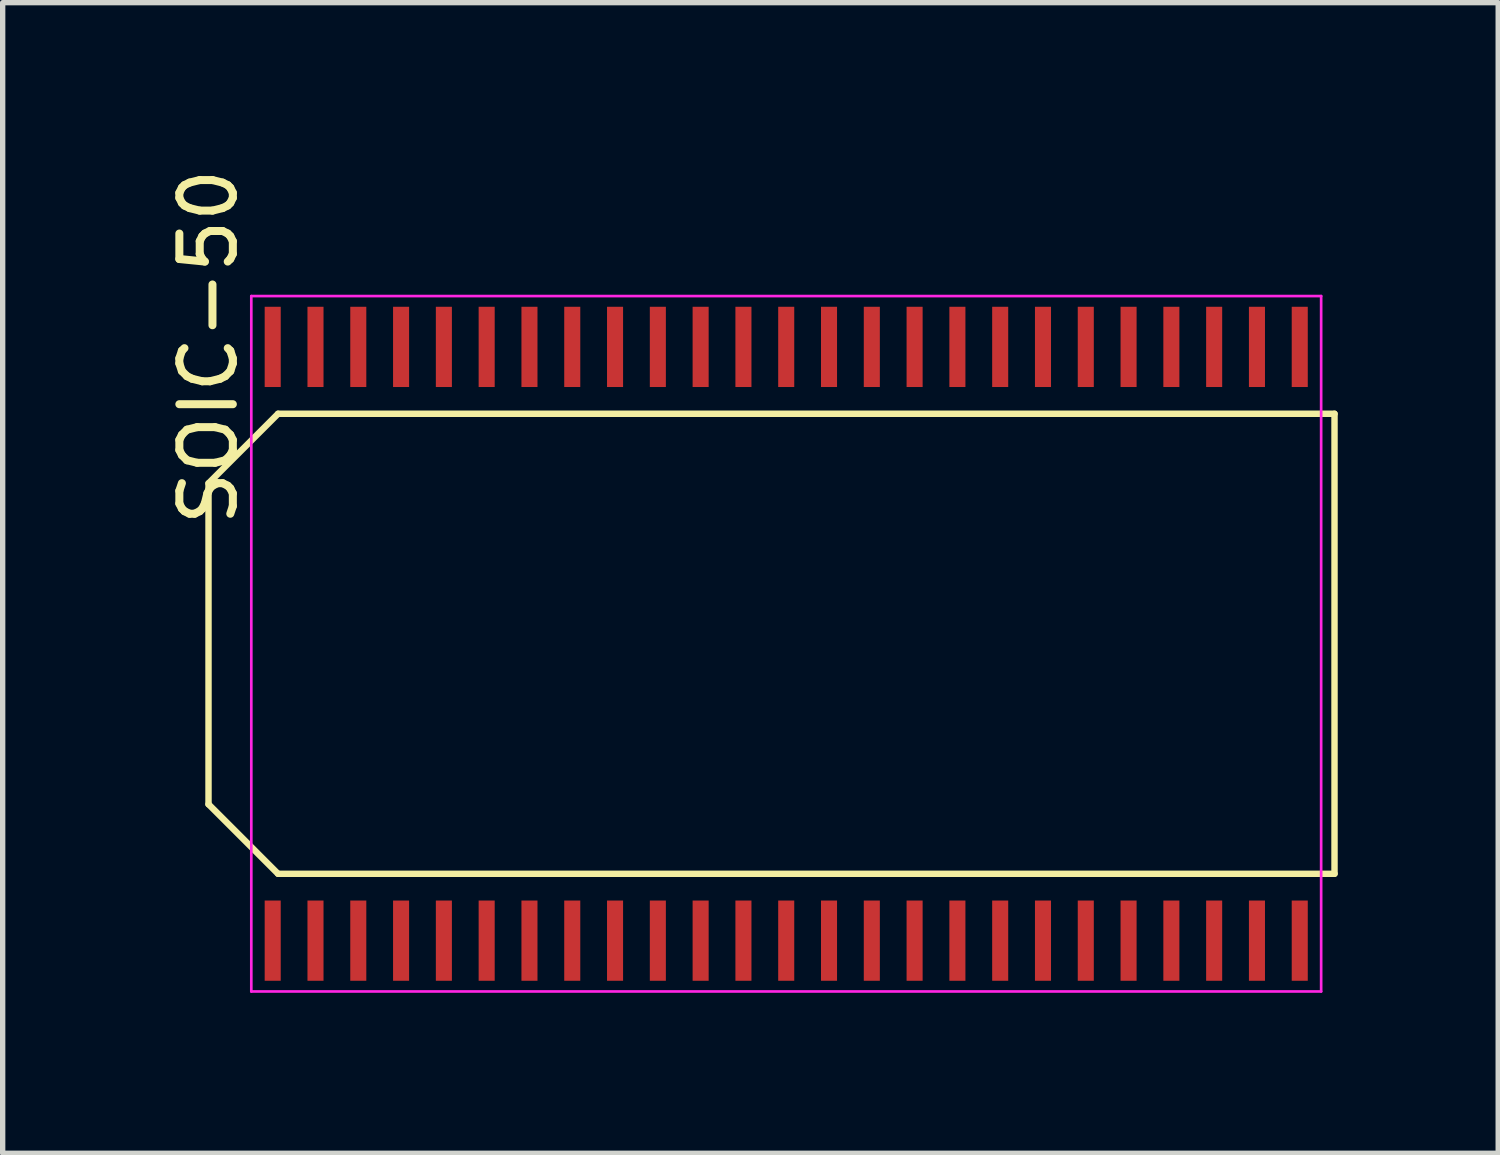
<source format=kicad_pcb>
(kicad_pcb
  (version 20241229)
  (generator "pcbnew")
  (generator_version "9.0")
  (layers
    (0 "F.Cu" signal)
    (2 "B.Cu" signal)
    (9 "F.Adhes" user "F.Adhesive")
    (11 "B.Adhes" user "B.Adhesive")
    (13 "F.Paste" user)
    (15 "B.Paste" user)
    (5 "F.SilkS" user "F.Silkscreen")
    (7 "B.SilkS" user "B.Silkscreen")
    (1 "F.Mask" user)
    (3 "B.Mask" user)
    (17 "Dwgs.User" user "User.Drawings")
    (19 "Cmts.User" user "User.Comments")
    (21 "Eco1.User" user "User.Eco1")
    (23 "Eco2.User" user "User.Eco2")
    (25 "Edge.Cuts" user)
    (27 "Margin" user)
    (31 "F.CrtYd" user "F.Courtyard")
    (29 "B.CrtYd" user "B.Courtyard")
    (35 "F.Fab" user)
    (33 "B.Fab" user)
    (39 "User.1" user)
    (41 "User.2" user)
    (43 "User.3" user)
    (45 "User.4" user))
  (footprint "SOIC-50"
    (layer "F.Cu")
    (at 11.648 9.185)
    (property "Reference" "SOIC-50" (at -10.8 -5.75 90) (layer "F.SilkS") (effects (font (size 1 1) (thickness 0.15))))
    (attr smd)
    (fp_line (start -10.8 -3.2) (end -9.5 -4.5) (stroke (width 0.12) (type solid)) (layer "F.SilkS"))
    (fp_line (start -10.8 2.8) (end -10.8 -3.2) (stroke (width 0.12) (type solid)) (layer "F.SilkS"))
    (fp_line (start -9.5 -4.5) (end 10.25 -4.5) (stroke (width 0.12) (type solid)) (layer "F.SilkS"))
    (fp_line (start -9.5 4.1) (end -10.8 2.8) (stroke (width 0.12) (type solid)) (layer "F.SilkS"))
    (fp_line (start 10.25 -4.5) (end 10.25 4.1) (stroke (width 0.12) (type solid)) (layer "F.SilkS"))
    (fp_line (start 10.25 4.1) (end -9.5 4.1) (stroke (width 0.12) (type solid)) (layer "F.SilkS"))
    (fp_line (start -10 -6.7) (end 10 -6.7) (stroke (width 0.05) (type solid)) (layer "F.CrtYd"))
    (fp_line (start -10 6.3) (end -10 -6.7) (stroke (width 0.05) (type solid)) (layer "F.CrtYd"))
    (fp_line (start 10 -6.7) (end 10 6.3) (stroke (width 0.05) (type solid)) (layer "F.CrtYd"))
    (fp_line (start 10 6.3) (end -10 6.3) (stroke (width 0.05) (type solid)) (layer "F.CrtYd"))
    (pad "1" smd rect (at -9.6 5.35) (size 0.3 1.5) (layers "F.Cu" "F.Mask" "F.Paste"))
    (pad "2" smd rect (at -8.8 5.35) (size 0.3 1.5) (layers "F.Cu" "F.Mask" "F.Paste"))
    (pad "3" smd rect (at -8 5.35) (size 0.3 1.5) (layers "F.Cu" "F.Mask" "F.Paste"))
    (pad "4" smd rect (at -7.2 5.35) (size 0.3 1.5) (layers "F.Cu" "F.Mask" "F.Paste"))
    (pad "5" smd rect (at -6.4 5.35) (size 0.3 1.5) (layers "F.Cu" "F.Mask" "F.Paste"))
    (pad "6" smd rect (at -5.6 5.35) (size 0.3 1.5) (layers "F.Cu" "F.Mask" "F.Paste"))
    (pad "7" smd rect (at -4.8 5.35) (size 0.3 1.5) (layers "F.Cu" "F.Mask" "F.Paste"))
    (pad "8" smd rect (at -4 5.35) (size 0.3 1.5) (layers "F.Cu" "F.Mask" "F.Paste"))
    (pad "9" smd rect (at -3.2 5.35) (size 0.3 1.5) (layers "F.Cu" "F.Mask" "F.Paste"))
    (pad "10" smd rect (at -2.4 5.35) (size 0.3 1.5) (layers "F.Cu" "F.Mask" "F.Paste"))
    (pad "11" smd rect (at -1.6 5.35) (size 0.3 1.5) (layers "F.Cu" "F.Mask" "F.Paste"))
    (pad "12" smd rect (at -0.8 5.35) (size 0.3 1.5) (layers "F.Cu" "F.Mask" "F.Paste"))
    (pad "13" smd rect (at 0 5.35) (size 0.3 1.5) (layers "F.Cu" "F.Mask" "F.Paste"))
    (pad "14" smd rect (at 0.8 5.35) (size 0.3 1.5) (layers "F.Cu" "F.Mask" "F.Paste"))
    (pad "15" smd rect (at 1.6 5.35) (size 0.3 1.5) (layers "F.Cu" "F.Mask" "F.Paste"))
    (pad "16" smd rect (at 2.4 5.35) (size 0.3 1.5) (layers "F.Cu" "F.Mask" "F.Paste"))
    (pad "17" smd rect (at 3.2 5.35) (size 0.3 1.5) (layers "F.Cu" "F.Mask" "F.Paste"))
    (pad "18" smd rect (at 4 5.35) (size 0.3 1.5) (layers "F.Cu" "F.Mask" "F.Paste"))
    (pad "19" smd rect (at 4.8 5.35) (size 0.3 1.5) (layers "F.Cu" "F.Mask" "F.Paste"))
    (pad "20" smd rect (at 5.6 5.35) (size 0.3 1.5) (layers "F.Cu" "F.Mask" "F.Paste"))
    (pad "21" smd rect (at 6.4 5.35) (size 0.3 1.5) (layers "F.Cu" "F.Mask" "F.Paste"))
    (pad "22" smd rect (at 7.2 5.35) (size 0.3 1.5) (layers "F.Cu" "F.Mask" "F.Paste"))
    (pad "23" smd rect (at 8 5.35) (size 0.3 1.5) (layers "F.Cu" "F.Mask" "F.Paste"))
    (pad "24" smd rect (at 8.8 5.35) (size 0.3 1.5) (layers "F.Cu" "F.Mask" "F.Paste"))
    (pad "25" smd rect (at 9.6 5.35) (size 0.3 1.5) (layers "F.Cu" "F.Mask" "F.Paste"))
    (pad "26" smd rect (at 9.6 -5.75) (size 0.3 1.5) (layers "F.Cu" "F.Mask" "F.Paste"))
    (pad "27" smd rect (at 8.8 -5.75) (size 0.3 1.5) (layers "F.Cu" "F.Mask" "F.Paste"))
    (pad "28" smd rect (at 8 -5.75) (size 0.3 1.5) (layers "F.Cu" "F.Mask" "F.Paste"))
    (pad "29" smd rect (at 7.2 -5.75) (size 0.3 1.5) (layers "F.Cu" "F.Mask" "F.Paste"))
    (pad "30" smd rect (at 6.4 -5.75) (size 0.3 1.5) (layers "F.Cu" "F.Mask" "F.Paste"))
    (pad "31" smd rect (at 5.6 -5.75) (size 0.3 1.5) (layers "F.Cu" "F.Mask" "F.Paste"))
    (pad "32" smd rect (at 4.8 -5.75) (size 0.3 1.5) (layers "F.Cu" "F.Mask" "F.Paste"))
    (pad "33" smd rect (at 4 -5.75) (size 0.3 1.5) (layers "F.Cu" "F.Mask" "F.Paste"))
    (pad "34" smd rect (at 3.2 -5.75) (size 0.3 1.5) (layers "F.Cu" "F.Mask" "F.Paste"))
    (pad "35" smd rect (at 2.4 -5.75) (size 0.3 1.5) (layers "F.Cu" "F.Mask" "F.Paste"))
    (pad "36" smd rect (at 1.6 -5.75) (size 0.3 1.5) (layers "F.Cu" "F.Mask" "F.Paste"))
    (pad "37" smd rect (at 0.8 -5.75) (size 0.3 1.5) (layers "F.Cu" "F.Mask" "F.Paste"))
    (pad "38" smd rect (at 0 -5.75) (size 0.3 1.5) (layers "F.Cu" "F.Mask" "F.Paste"))
    (pad "39" smd rect (at -0.8 -5.75) (size 0.3 1.5) (layers "F.Cu" "F.Mask" "F.Paste"))
    (pad "40" smd rect (at -1.6 -5.75) (size 0.3 1.5) (layers "F.Cu" "F.Mask" "F.Paste"))
    (pad "41" smd rect (at -2.4 -5.75) (size 0.3 1.5) (layers "F.Cu" "F.Mask" "F.Paste"))
    (pad "42" smd rect (at -3.2 -5.75) (size 0.3 1.5) (layers "F.Cu" "F.Mask" "F.Paste"))
    (pad "43" smd rect (at -4 -5.75) (size 0.3 1.5) (layers "F.Cu" "F.Mask" "F.Paste"))
    (pad "44" smd rect (at -4.8 -5.75) (size 0.3 1.5) (layers "F.Cu" "F.Mask" "F.Paste"))
    (pad "45" smd rect (at -5.6 -5.75) (size 0.3 1.5) (layers "F.Cu" "F.Mask" "F.Paste"))
    (pad "46" smd rect (at -6.4 -5.75) (size 0.3 1.5) (layers "F.Cu" "F.Mask" "F.Paste"))
    (pad "47" smd rect (at -7.2 -5.75) (size 0.3 1.5) (layers "F.Cu" "F.Mask" "F.Paste"))
    (pad "48" smd rect (at -8 -5.75) (size 0.3 1.5) (layers "F.Cu" "F.Mask" "F.Paste"))
    (pad "49" smd rect (at -8.8 -5.75) (size 0.3 1.5) (layers "F.Cu" "F.Mask" "F.Paste"))
    (pad "50" smd rect (at -9.6 -5.75) (size 0.3 1.5) (layers "F.Cu" "F.Mask" "F.Paste")))
  (gr_rect
    (start -3 -3)
    (end 24.958 18.51)
    (stroke (width 0.1) (type default))
    (fill no)
    (layer "Edge.Cuts")))
</source>
